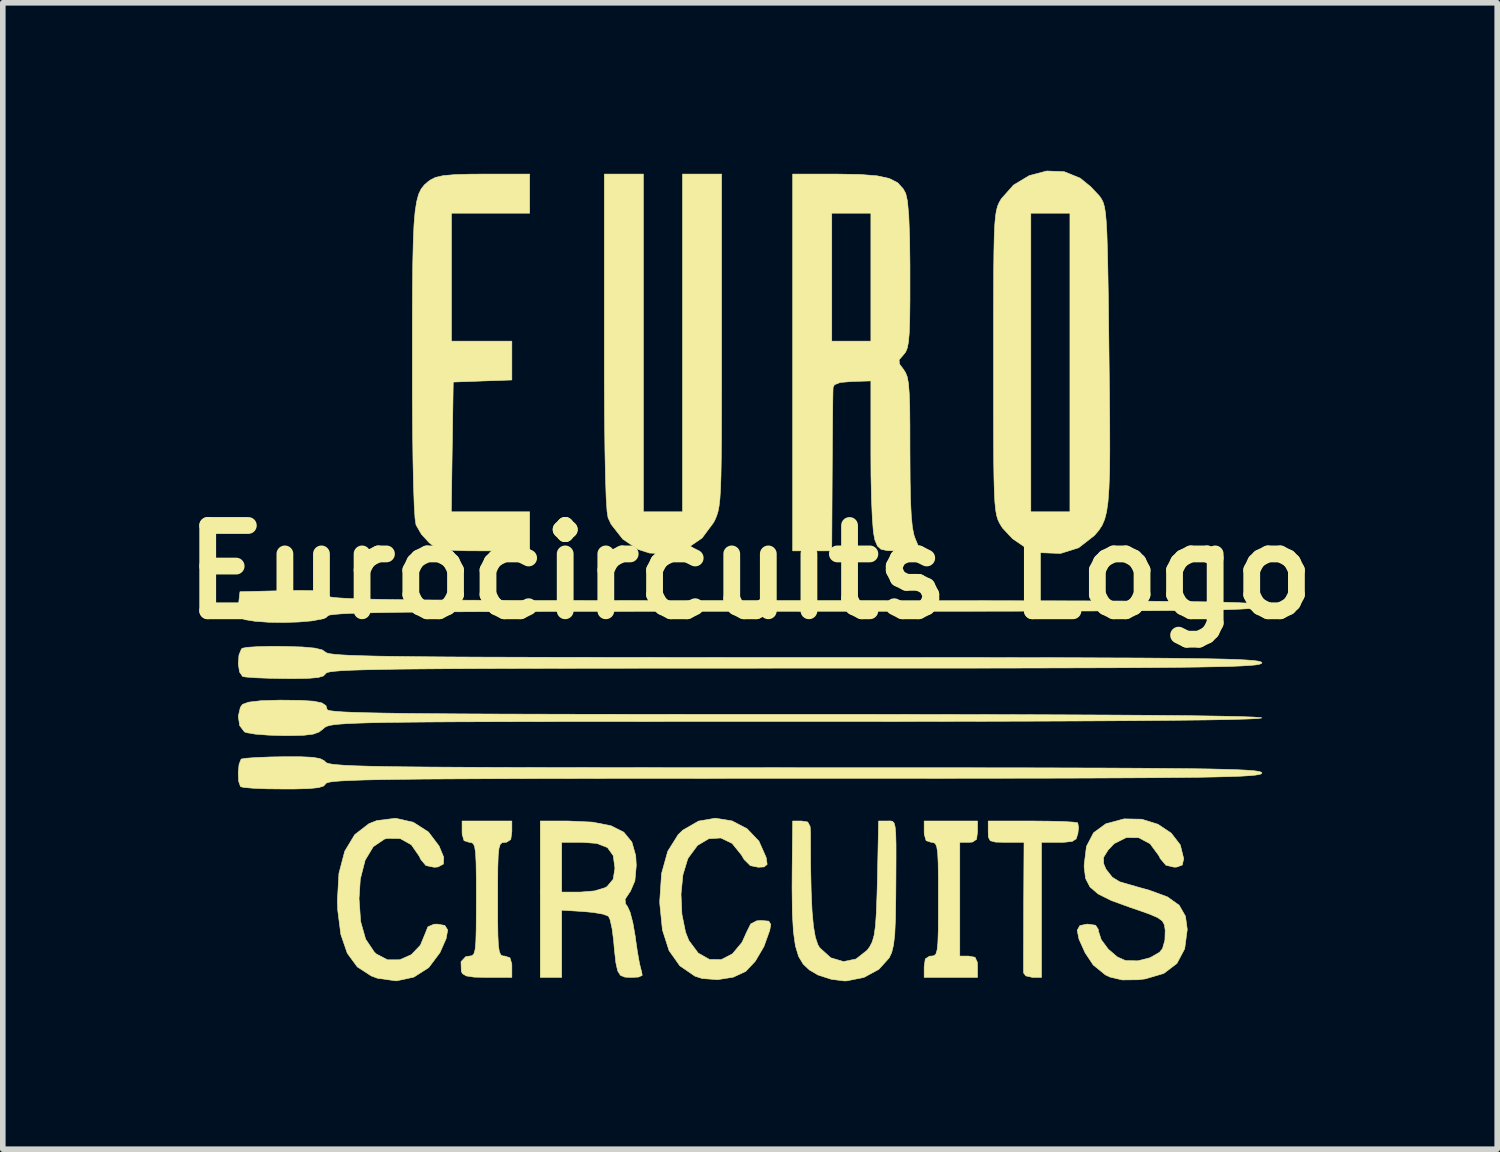
<source format=kicad_pcb>
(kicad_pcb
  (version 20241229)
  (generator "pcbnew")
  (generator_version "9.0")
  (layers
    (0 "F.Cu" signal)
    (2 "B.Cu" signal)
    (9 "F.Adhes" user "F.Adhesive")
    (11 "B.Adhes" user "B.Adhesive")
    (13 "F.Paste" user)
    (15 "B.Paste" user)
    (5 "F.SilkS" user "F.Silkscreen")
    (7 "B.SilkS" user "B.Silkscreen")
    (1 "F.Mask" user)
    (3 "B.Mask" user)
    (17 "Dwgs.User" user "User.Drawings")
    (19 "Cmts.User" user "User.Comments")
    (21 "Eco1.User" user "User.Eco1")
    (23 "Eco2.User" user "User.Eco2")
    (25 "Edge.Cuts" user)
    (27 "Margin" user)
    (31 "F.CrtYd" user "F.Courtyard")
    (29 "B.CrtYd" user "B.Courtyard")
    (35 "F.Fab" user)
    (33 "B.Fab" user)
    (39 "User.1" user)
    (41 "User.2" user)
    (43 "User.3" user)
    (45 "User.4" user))
  (footprint "Eurocircuits Logo"
    (layer "F.Cu")
    (at 10.349 7.172)
    (property "Reference" "Eurocircuits Logo" (at 0 0 0) (layer "F.SilkS") (effects (font (size 1.524 1.524) (thickness 0.3))))
    (attr through_hole)
    (fp_poly (pts (xy 5.34 4.448) (xy 5.594 4.454) (xy 5.773 4.465) (xy 5.853 4.477) (xy 5.854 4.478) (xy 5.869 4.559) (xy 5.857 4.669) (xy 5.826 4.764) (xy 5.755 4.81) (xy 5.608 4.825) (xy 5.517 4.826) (xy 5.207 4.826) (xy 5.207 7.239) (xy 5.048 7.239) (xy 4.928 7.212) (xy 4.887 7.16) (xy 4.886 7.073) (xy 4.886 6.881) (xy 4.887 6.607) (xy 4.888 6.272) (xy 4.889 5.953) (xy 4.895 4.826) (xy 4.575 4.826) (xy 4.386 4.822) (xy 4.291 4.797) (xy 4.258 4.731) (xy 4.255 4.636) (xy 4.255 4.445) (xy 5.038 4.445) (xy 5.34 4.448)) (stroke (width 0.01) (type solid)) (fill yes) (layer "F.SilkS"))
    (fp_poly (pts (xy -1.905 -1.079) (xy -1.206 -1.079) (xy -1.206 -7.112) (xy -0.508 -7.112) (xy -0.508 -4.141) (xy -0.508 -3.45) (xy -0.509 -2.874) (xy -0.51 -2.402) (xy -0.514 -2.022) (xy -0.519 -1.721) (xy -0.527 -1.489) (xy -0.538 -1.313) (xy -0.553 -1.182) (xy -0.572 -1.084) (xy -0.596 -1.007) (xy -0.624 -0.94) (xy -0.651 -0.887) (xy -0.857 -0.61) (xy -1.135 -0.42) (xy -1.458 -0.327) (xy -1.797 -0.342) (xy -2 -0.407) (xy -2.273 -0.591) (xy -2.48 -0.854) (xy -2.536 -0.973) (xy -2.554 -1.088) (xy -2.57 -1.328) (xy -2.582 -1.692) (xy -2.592 -2.177) (xy -2.599 -2.781) (xy -2.603 -3.504) (xy -2.603 -4.132) (xy -2.603 -7.112) (xy -1.905 -7.112) (xy -1.905 -1.079)) (stroke (width 0.01) (type solid)) (fill yes) (layer "F.SilkS"))
    (fp_poly (pts (xy 4.064 4.636) (xy 4.047 4.772) (xy 3.974 4.821) (xy 3.905 4.826) (xy 3.747 4.826) (xy 3.747 6.858) (xy 3.905 6.858) (xy 4.019 6.879) (xy 4.06 6.966) (xy 4.064 7.048) (xy 4.064 7.239) (xy 3.111 7.239) (xy 3.111 7.048) (xy 3.131 6.909) (xy 3.206 6.86) (xy 3.239 6.858) (xy 3.286 6.852) (xy 3.32 6.822) (xy 3.342 6.75) (xy 3.356 6.617) (xy 3.363 6.405) (xy 3.365 6.096) (xy 3.365 5.842) (xy 3.365 5.462) (xy 3.361 5.191) (xy 3.352 5.01) (xy 3.335 4.902) (xy 3.309 4.847) (xy 3.27 4.828) (xy 3.239 4.826) (xy 3.146 4.796) (xy 3.113 4.685) (xy 3.111 4.636) (xy 3.111 4.445) (xy 4.064 4.445) (xy 4.064 4.636)) (stroke (width 0.01) (type solid)) (fill yes) (layer "F.SilkS"))
    (fp_poly (pts (xy -3.937 -7.112) (xy -3.937 -6.413) (xy -5.334 -6.413) (xy -5.334 -4.128) (xy -4.255 -4.128) (xy -4.255 -3.434) (xy -4.778 -3.416) (xy -5.302 -3.397) (xy -5.32 -2.238) (xy -5.337 -1.079) (xy -3.937 -1.079) (xy -3.937 -0.381) (xy -4.747 -0.381) (xy -5.086 -0.383) (xy -5.323 -0.391) (xy -5.484 -0.408) (xy -5.594 -0.438) (xy -5.679 -0.485) (xy -5.729 -0.524) (xy -5.87 -0.677) (xy -5.967 -0.845) (xy -5.967 -0.846) (xy -5.984 -0.958) (xy -5.999 -1.191) (xy -6.011 -1.538) (xy -6.021 -1.993) (xy -6.028 -2.55) (xy -6.032 -3.202) (xy -6.032 -3.753) (xy -6.032 -4.452) (xy -6.03 -5.036) (xy -6.025 -5.516) (xy -6.016 -5.903) (xy -6.003 -6.208) (xy -5.983 -6.444) (xy -5.955 -6.622) (xy -5.92 -6.753) (xy -5.874 -6.848) (xy -5.818 -6.919) (xy -5.75 -6.978) (xy -5.708 -7.008) (xy -5.617 -7.054) (xy -5.482 -7.084) (xy -5.28 -7.102) (xy -4.989 -7.111) (xy -4.748 -7.112) (xy -3.937 -7.112)) (stroke (width 0.01) (type solid)) (fill yes) (layer "F.SilkS"))
    (fp_poly (pts (xy -4.255 4.636) (xy -4.274 4.775) (xy -4.349 4.824) (xy -4.381 4.826) (xy -4.429 4.832) (xy -4.463 4.862) (xy -4.485 4.934) (xy -4.499 5.067) (xy -4.506 5.279) (xy -4.508 5.588) (xy -4.508 5.842) (xy -4.508 6.222) (xy -4.504 6.493) (xy -4.495 6.674) (xy -4.478 6.782) (xy -4.452 6.837) (xy -4.413 6.856) (xy -4.381 6.858) (xy -4.289 6.888) (xy -4.256 6.999) (xy -4.255 7.048) (xy -4.255 7.239) (xy -4.692 7.239) (xy -4.93 7.234) (xy -5.069 7.213) (xy -5.138 7.171) (xy -5.158 7.128) (xy -5.163 6.958) (xy -5.08 6.869) (xy -5.011 6.858) (xy -4.966 6.851) (xy -4.933 6.818) (xy -4.911 6.74) (xy -4.898 6.599) (xy -4.892 6.378) (xy -4.89 6.057) (xy -4.889 5.842) (xy -4.89 5.462) (xy -4.894 5.191) (xy -4.903 5.01) (xy -4.92 4.902) (xy -4.946 4.847) (xy -4.985 4.828) (xy -5.016 4.826) (xy -5.109 4.796) (xy -5.142 4.685) (xy -5.144 4.636) (xy -5.144 4.445) (xy -4.255 4.445) (xy -4.255 4.636)) (stroke (width 0.01) (type solid)) (fill yes) (layer "F.SilkS"))
    (fp_poly (pts (xy -6.015 4.468) (xy -5.745 4.641) (xy -5.555 4.892) (xy -5.472 5.093) (xy -5.478 5.214) (xy -5.576 5.266) (xy -5.644 5.271) (xy -5.79 5.241) (xy -5.883 5.13) (xy -5.907 5.077) (xy -6.05 4.87) (xy -6.251 4.758) (xy -6.483 4.755) (xy -6.532 4.769) (xy -6.731 4.904) (xy -6.876 5.145) (xy -6.962 5.482) (xy -6.985 5.832) (xy -6.956 6.243) (xy -6.867 6.556) (xy -6.713 6.785) (xy -6.675 6.821) (xy -6.476 6.925) (xy -6.258 6.924) (xy -6.051 6.833) (xy -5.889 6.664) (xy -5.808 6.469) (xy -5.755 6.335) (xy -5.646 6.289) (xy -5.583 6.287) (xy -5.452 6.311) (xy -5.401 6.392) (xy -5.429 6.546) (xy -5.535 6.787) (xy -5.54 6.797) (xy -5.74 7.064) (xy -6.007 7.234) (xy -6.319 7.301) (xy -6.653 7.255) (xy -6.768 7.212) (xy -7.016 7.051) (xy -7.195 6.807) (xy -7.31 6.472) (xy -7.366 6.034) (xy -7.372 5.872) (xy -7.344 5.38) (xy -7.24 4.984) (xy -7.061 4.688) (xy -6.808 4.493) (xy -6.669 4.438) (xy -6.332 4.396) (xy -6.015 4.468)) (stroke (width 0.01) (type solid)) (fill yes) (layer "F.SilkS"))
    (fp_poly (pts (xy -0.322 4.443) (xy -0.053 4.583) (xy 0.159 4.805) (xy 0.288 5.096) (xy 0.306 5.22) (xy 0.251 5.265) (xy 0.148 5.271) (xy 0.005 5.242) (xy -0.104 5.134) (xy -0.153 5.052) (xy -0.32 4.845) (xy -0.522 4.748) (xy -0.736 4.761) (xy -0.938 4.88) (xy -1.104 5.105) (xy -1.114 5.125) (xy -1.199 5.406) (xy -1.233 5.751) (xy -1.217 6.11) (xy -1.152 6.432) (xy -1.093 6.58) (xy -0.925 6.805) (xy -0.725 6.918) (xy -0.514 6.921) (xy -0.313 6.817) (xy -0.142 6.611) (xy -0.059 6.427) (xy 0.013 6.283) (xy 0.12 6.228) (xy 0.204 6.223) (xy 0.335 6.234) (xy 0.371 6.293) (xy 0.352 6.398) (xy 0.248 6.688) (xy 0.094 6.95) (xy -0.076 7.131) (xy -0.3 7.235) (xy -0.579 7.279) (xy -0.854 7.259) (xy -0.984 7.217) (xy -1.254 7.032) (xy -1.447 6.759) (xy -1.565 6.391) (xy -1.612 5.922) (xy -1.613 5.874) (xy -1.58 5.382) (xy -1.47 4.986) (xy -1.284 4.689) (xy -1.2 4.608) (xy -0.921 4.447) (xy -0.62 4.395) (xy -0.322 4.443)) (stroke (width 0.01) (type solid)) (fill yes) (layer "F.SilkS"))
    (fp_poly (pts (xy 2.544 4.45) (xy 2.573 4.48) (xy 2.592 4.549) (xy 2.603 4.673) (xy 2.608 4.868) (xy 2.608 5.148) (xy 2.606 5.532) (xy 2.604 5.81) (xy 2.598 6.188) (xy 2.586 6.463) (xy 2.564 6.657) (xy 2.531 6.793) (xy 2.487 6.889) (xy 2.301 7.095) (xy 2.035 7.239) (xy 1.727 7.301) (xy 1.683 7.302) (xy 1.45 7.272) (xy 1.223 7.199) (xy 1.206 7.191) (xy 1.062 7.107) (xy 0.951 7.003) (xy 0.868 6.865) (xy 0.811 6.676) (xy 0.775 6.42) (xy 0.756 6.08) (xy 0.751 5.641) (xy 0.753 5.286) (xy 0.762 4.445) (xy 0.921 4.445) (xy 1.031 4.463) (xy 1.074 4.544) (xy 1.08 4.651) (xy 1.082 5.228) (xy 1.092 5.691) (xy 1.108 6.052) (xy 1.133 6.325) (xy 1.167 6.521) (xy 1.211 6.653) (xy 1.244 6.709) (xy 1.443 6.889) (xy 1.669 6.956) (xy 1.894 6.91) (xy 2.093 6.753) (xy 2.14 6.689) (xy 2.184 6.603) (xy 2.217 6.486) (xy 2.241 6.318) (xy 2.257 6.077) (xy 2.269 5.744) (xy 2.276 5.48) (xy 2.297 4.445) (xy 2.45 4.445) (xy 2.504 4.444) (xy 2.544 4.45)) (stroke (width 0.01) (type solid)) (fill yes) (layer "F.SilkS"))
    (fp_poly (pts (xy -3.254 4.445) (xy -2.815 4.465) (xy -2.486 4.529) (xy -2.255 4.645) (xy -2.111 4.821) (xy -2.042 5.063) (xy -2.032 5.24) (xy -2.057 5.514) (xy -2.137 5.701) (xy -2.154 5.724) (xy -2.232 5.842) (xy -2.224 5.926) (xy -2.191 5.969) (xy -2.142 6.076) (xy -2.092 6.27) (xy -2.05 6.511) (xy -2.047 6.54) (xy -2.011 6.787) (xy -1.974 6.994) (xy -1.942 7.121) (xy -1.939 7.128) (xy -1.926 7.202) (xy -1.992 7.233) (xy -2.119 7.239) (xy -2.236 7.234) (xy -2.314 7.203) (xy -2.364 7.124) (xy -2.397 6.975) (xy -2.424 6.732) (xy -2.437 6.579) (xy -2.464 6.368) (xy -2.5 6.207) (xy -2.529 6.146) (xy -2.62 6.11) (xy -2.796 6.079) (xy -2.977 6.062) (xy -3.365 6.038) (xy -3.365 7.239) (xy -3.747 7.239) (xy -3.747 4.826) (xy -3.365 4.826) (xy -3.365 5.715) (xy -3.03 5.715) (xy -2.779 5.694) (xy -2.588 5.636) (xy -2.554 5.616) (xy -2.445 5.486) (xy -2.413 5.288) (xy -2.444 5.063) (xy -2.547 4.919) (xy -2.739 4.845) (xy -2.994 4.826) (xy -3.365 4.826) (xy -3.747 4.826) (xy -3.747 4.445) (xy -3.254 4.445)) (stroke (width 0.01) (type solid)) (fill yes) (layer "F.SilkS"))
    (fp_poly (pts (xy 1.969 -7.105) (xy 2.272 -7.081) (xy 2.487 -7.034) (xy 2.636 -6.959) (xy 2.736 -6.849) (xy 2.782 -6.765) (xy 2.813 -6.626) (xy 2.836 -6.366) (xy 2.851 -5.982) (xy 2.857 -5.474) (xy 2.857 -5.299) (xy 2.857 -4.857) (xy 2.853 -4.524) (xy 2.845 -4.283) (xy 2.831 -4.116) (xy 2.81 -4.006) (xy 2.781 -3.935) (xy 2.742 -3.885) (xy 2.741 -3.884) (xy 2.663 -3.794) (xy 2.669 -3.72) (xy 2.741 -3.623) (xy 2.78 -3.563) (xy 2.81 -3.484) (xy 2.831 -3.367) (xy 2.844 -3.195) (xy 2.853 -2.949) (xy 2.856 -2.613) (xy 2.857 -2.168) (xy 2.857 -2.15) (xy 2.86 -1.662) (xy 2.867 -1.284) (xy 2.881 -1.002) (xy 2.901 -0.799) (xy 2.93 -0.658) (xy 2.95 -0.601) (xy 3.042 -0.381) (xy 2.67 -0.381) (xy 2.46 -0.385) (xy 2.342 -0.408) (xy 2.277 -0.466) (xy 2.231 -0.575) (xy 2.229 -0.581) (xy 2.204 -0.717) (xy 2.185 -0.964) (xy 2.17 -1.306) (xy 2.161 -1.726) (xy 2.159 -2.099) (xy 2.159 -3.417) (xy 1.826 -3.407) (xy 1.614 -3.39) (xy 1.508 -3.349) (xy 1.484 -3.302) (xy 1.481 -3.213) (xy 1.478 -3.016) (xy 1.475 -2.732) (xy 1.472 -2.38) (xy 1.469 -1.98) (xy 1.468 -1.794) (xy 1.46 -0.381) (xy 0.762 -0.381) (xy 0.762 -6.413) (xy 1.46 -6.413) (xy 1.46 -4.128) (xy 2.159 -4.128) (xy 2.159 -6.413) (xy 1.46 -6.413) (xy 0.762 -6.413) (xy 0.762 -7.112) (xy 1.559 -7.112) (xy 1.969 -7.105)) (stroke (width 0.01) (type solid)) (fill yes) (layer "F.SilkS"))
    (fp_poly (pts (xy 5.613 -7.155) (xy 5.896 -7.04) (xy 5.906 -7.033) (xy 6.084 -6.888) (xy 6.238 -6.725) (xy 6.249 -6.711) (xy 6.282 -6.662) (xy 6.309 -6.606) (xy 6.331 -6.53) (xy 6.349 -6.422) (xy 6.363 -6.269) (xy 6.375 -6.059) (xy 6.384 -5.781) (xy 6.392 -5.422) (xy 6.4 -4.969) (xy 6.407 -4.412) (xy 6.413 -3.887) (xy 6.421 -3.202) (xy 6.426 -2.632) (xy 6.427 -2.165) (xy 6.423 -1.788) (xy 6.412 -1.49) (xy 6.395 -1.258) (xy 6.37 -1.081) (xy 6.336 -0.947) (xy 6.292 -0.842) (xy 6.237 -0.756) (xy 6.17 -0.676) (xy 6.149 -0.653) (xy 5.871 -0.437) (xy 5.548 -0.335) (xy 5.201 -0.348) (xy 4.907 -0.45) (xy 4.69 -0.598) (xy 4.513 -0.787) (xy 4.494 -0.815) (xy 4.459 -0.874) (xy 4.43 -0.934) (xy 4.407 -1.007) (xy 4.389 -1.106) (xy 4.375 -1.243) (xy 4.365 -1.43) (xy 4.358 -1.68) (xy 4.353 -2.005) (xy 4.351 -2.416) (xy 4.35 -2.927) (xy 4.35 -3.548) (xy 4.35 -3.747) (xy 4.35 -4.402) (xy 4.351 -4.944) (xy 4.353 -5.382) (xy 4.357 -5.73) (xy 4.363 -6) (xy 4.372 -6.204) (xy 4.385 -6.354) (xy 4.394 -6.413) (xy 5.016 -6.413) (xy 5.016 -1.079) (xy 5.715 -1.079) (xy 5.715 -6.413) (xy 5.016 -6.413) (xy 4.394 -6.413) (xy 4.402 -6.462) (xy 4.423 -6.541) (xy 4.45 -6.603) (xy 4.483 -6.66) (xy 4.489 -6.67) (xy 4.708 -6.917) (xy 4.988 -7.085) (xy 5.3 -7.167) (xy 5.613 -7.155)) (stroke (width 0.01) (type solid)) (fill yes) (layer "F.SilkS"))
    (fp_poly (pts (xy 6.998 4.413) (xy 7.287 4.503) (xy 7.524 4.661) (xy 7.686 4.871) (xy 7.747 5.116) (xy 7.747 5.121) (xy 7.722 5.231) (xy 7.622 5.268) (xy 7.572 5.269) (xy 7.43 5.235) (xy 7.329 5.116) (xy 7.303 5.063) (xy 7.147 4.851) (xy 6.943 4.743) (xy 6.72 4.741) (xy 6.505 4.849) (xy 6.395 4.966) (xy 6.315 5.096) (xy 6.317 5.208) (xy 6.359 5.306) (xy 6.472 5.45) (xy 6.604 5.531) (xy 6.752 5.574) (xy 6.968 5.636) (xy 7.134 5.682) (xy 7.456 5.8) (xy 7.666 5.949) (xy 7.779 6.146) (xy 7.811 6.382) (xy 7.765 6.728) (xy 7.626 6.99) (xy 7.392 7.168) (xy 7.059 7.266) (xy 6.929 7.281) (xy 6.649 7.284) (xy 6.432 7.233) (xy 6.35 7.195) (xy 6.132 7.018) (xy 5.985 6.797) (xy 5.876 6.554) (xy 5.845 6.397) (xy 5.893 6.313) (xy 6.021 6.287) (xy 6.032 6.287) (xy 6.173 6.307) (xy 6.222 6.382) (xy 6.223 6.409) (xy 6.274 6.565) (xy 6.4 6.735) (xy 6.563 6.874) (xy 6.706 6.938) (xy 6.926 6.943) (xy 7.145 6.888) (xy 7.315 6.791) (xy 7.369 6.725) (xy 7.412 6.571) (xy 7.417 6.395) (xy 7.403 6.3) (xy 7.365 6.23) (xy 7.281 6.17) (xy 7.128 6.105) (xy 6.883 6.019) (xy 6.796 5.99) (xy 6.455 5.866) (xy 6.22 5.749) (xy 6.073 5.623) (xy 5.995 5.472) (xy 5.97 5.278) (xy 5.969 5.235) (xy 6.01 4.899) (xy 6.138 4.654) (xy 6.359 4.493) (xy 6.679 4.408) (xy 6.683 4.407) (xy 6.998 4.413)) (stroke (width 0.01) (type solid)) (fill yes) (layer "F.SilkS"))
    (fp_poly (pts (xy -8.03 2.29) (xy -7.795 2.305) (xy -7.65 2.335) (xy -7.576 2.384) (xy -7.556 2.452) (xy -7.542 2.464) (xy -7.494 2.476) (xy -7.407 2.486) (xy -7.274 2.496) (xy -7.09 2.504) (xy -6.849 2.511) (xy -6.545 2.517) (xy -6.171 2.523) (xy -5.722 2.527) (xy -5.191 2.531) (xy -4.574 2.534) (xy -3.862 2.536) (xy -3.052 2.538) (xy -2.136 2.539) (xy -1.109 2.54) (xy 0.035 2.54) (xy 0.794 2.54) (xy 2.167 2.54) (xy 3.419 2.542) (xy 4.549 2.544) (xy 5.556 2.548) (xy 6.439 2.552) (xy 7.199 2.557) (xy 7.835 2.563) (xy 8.345 2.571) (xy 8.731 2.579) (xy 8.991 2.588) (xy 9.124 2.598) (xy 9.144 2.603) (xy 9.081 2.614) (xy 8.891 2.623) (xy 8.575 2.632) (xy 8.133 2.64) (xy 7.567 2.646) (xy 6.876 2.652) (xy 6.061 2.657) (xy 5.122 2.661) (xy 4.061 2.664) (xy 2.877 2.666) (xy 1.571 2.667) (xy 0.826 2.667) (xy -0.371 2.667) (xy -1.447 2.667) (xy -2.409 2.668) (xy -3.264 2.668) (xy -4.018 2.669) (xy -4.677 2.671) (xy -5.248 2.673) (xy -5.738 2.676) (xy -6.152 2.68) (xy -6.499 2.684) (xy -6.783 2.69) (xy -7.012 2.697) (xy -7.192 2.705) (xy -7.329 2.714) (xy -7.431 2.724) (xy -7.503 2.736) (xy -7.552 2.75) (xy -7.585 2.765) (xy -7.608 2.782) (xy -7.62 2.794) (xy -7.699 2.855) (xy -7.804 2.893) (xy -7.967 2.913) (xy -8.216 2.919) (xy -8.334 2.919) (xy -8.606 2.911) (xy -8.839 2.893) (xy -8.996 2.866) (xy -9.033 2.852) (xy -9.117 2.74) (xy -9.142 2.574) (xy -9.105 2.415) (xy -9.068 2.362) (xy -8.959 2.322) (xy -8.735 2.296) (xy -8.407 2.286) (xy -8.374 2.286) (xy -8.03 2.29)) (stroke (width 0.01) (type solid)) (fill yes) (layer "F.SilkS"))
    (fp_poly (pts (xy -7.816 0.33) (xy -7.68 0.345) (xy -7.607 0.375) (xy -7.58 0.411) (xy -7.565 0.425) (xy -7.526 0.437) (xy -7.458 0.449) (xy -7.354 0.459) (xy -7.207 0.468) (xy -7.013 0.476) (xy -6.763 0.482) (xy -6.453 0.488) (xy -6.075 0.493) (xy -5.624 0.497) (xy -5.093 0.5) (xy -4.477 0.503) (xy -3.768 0.505) (xy -2.96 0.506) (xy -2.048 0.507) (xy -1.025 0.508) (xy 0.116 0.508) (xy 0.801 0.508) (xy 2.01 0.508) (xy 3.098 0.509) (xy 4.072 0.509) (xy 4.938 0.511) (xy 5.701 0.512) (xy 6.368 0.514) (xy 6.946 0.517) (xy 7.439 0.521) (xy 7.856 0.525) (xy 8.201 0.531) (xy 8.481 0.537) (xy 8.702 0.544) (xy 8.871 0.552) (xy 8.993 0.562) (xy 9.075 0.572) (xy 9.122 0.584) (xy 9.142 0.598) (xy 9.144 0.603) (xy 9.133 0.617) (xy 9.097 0.629) (xy 9.03 0.641) (xy 8.924 0.65) (xy 8.775 0.659) (xy 8.575 0.667) (xy 8.319 0.673) (xy 8 0.679) (xy 7.613 0.684) (xy 7.15 0.688) (xy 6.607 0.691) (xy 5.976 0.693) (xy 5.251 0.695) (xy 4.427 0.697) (xy 3.496 0.698) (xy 2.454 0.698) (xy 1.293 0.698) (xy 0.801 0.699) (xy -0.41 0.699) (xy -1.499 0.699) (xy -2.474 0.7) (xy -3.34 0.701) (xy -4.105 0.703) (xy -4.773 0.705) (xy -5.352 0.708) (xy -5.847 0.712) (xy -6.265 0.716) (xy -6.612 0.722) (xy -6.895 0.728) (xy -7.119 0.735) (xy -7.29 0.743) (xy -7.415 0.753) (xy -7.501 0.764) (xy -7.552 0.775) (xy -7.576 0.789) (xy -7.579 0.794) (xy -7.657 0.838) (xy -7.829 0.87) (xy -8.066 0.89) (xy -8.335 0.898) (xy -8.606 0.894) (xy -8.847 0.876) (xy -9.028 0.847) (xy -9.116 0.804) (xy -9.119 0.799) (xy -9.138 0.671) (xy -9.133 0.529) (xy -9.112 0.349) (xy -8.365 0.331) (xy -8.038 0.326) (xy -7.816 0.33)) (stroke (width 0.01) (type solid)) (fill yes) (layer "F.SilkS"))
    (fp_poly (pts (xy -8.325 1.326) (xy -7.997 1.336) (xy -7.776 1.356) (xy -7.643 1.388) (xy -7.581 1.431) (xy -7.559 1.444) (xy -7.51 1.456) (xy -7.427 1.467) (xy -7.304 1.477) (xy -7.136 1.486) (xy -6.916 1.493) (xy -6.638 1.5) (xy -6.295 1.505) (xy -5.882 1.51) (xy -5.391 1.514) (xy -4.818 1.517) (xy -4.156 1.519) (xy -3.398 1.521) (xy -2.538 1.522) (xy -1.571 1.523) (xy -0.49 1.524) (xy 0.712 1.524) (xy 0.817 1.524) (xy 2.025 1.524) (xy 3.112 1.525) (xy 4.085 1.525) (xy 4.949 1.527) (xy 5.711 1.528) (xy 6.377 1.531) (xy 6.953 1.533) (xy 7.446 1.537) (xy 7.861 1.542) (xy 8.206 1.547) (xy 8.485 1.553) (xy 8.705 1.56) (xy 8.873 1.569) (xy 8.994 1.578) (xy 9.076 1.589) (xy 9.123 1.601) (xy 9.143 1.614) (xy 9.144 1.619) (xy 9.133 1.633) (xy 9.097 1.645) (xy 9.03 1.657) (xy 8.924 1.666) (xy 8.775 1.675) (xy 8.575 1.683) (xy 8.319 1.689) (xy 8 1.695) (xy 7.613 1.7) (xy 7.15 1.704) (xy 6.607 1.707) (xy 5.976 1.709) (xy 5.251 1.711) (xy 4.427 1.713) (xy 3.496 1.714) (xy 2.454 1.714) (xy 1.293 1.714) (xy 0.801 1.714) (xy -0.41 1.715) (xy -1.499 1.715) (xy -2.474 1.716) (xy -3.34 1.717) (xy -4.105 1.719) (xy -4.773 1.721) (xy -5.352 1.724) (xy -5.847 1.728) (xy -6.265 1.732) (xy -6.612 1.738) (xy -6.895 1.744) (xy -7.119 1.751) (xy -7.29 1.759) (xy -7.415 1.769) (xy -7.501 1.78) (xy -7.552 1.791) (xy -7.576 1.805) (xy -7.579 1.81) (xy -7.62 1.853) (xy -7.714 1.881) (xy -7.884 1.896) (xy -8.151 1.901) (xy -8.301 1.9) (xy -8.589 1.895) (xy -8.833 1.886) (xy -9.003 1.873) (xy -9.065 1.863) (xy -9.12 1.782) (xy -9.142 1.636) (xy -9.13 1.479) (xy -9.085 1.371) (xy -9.071 1.359) (xy -8.98 1.342) (xy -8.793 1.33) (xy -8.538 1.324) (xy -8.325 1.326)) (stroke (width 0.01) (type solid)) (fill yes) (layer "F.SilkS"))
    (fp_poly (pts (xy -8.028 3.297) (xy -7.814 3.307) (xy -7.682 3.33) (xy -7.606 3.368) (xy -7.585 3.391) (xy -7.566 3.406) (xy -7.527 3.419) (xy -7.461 3.431) (xy -7.363 3.441) (xy -7.227 3.451) (xy -7.044 3.459) (xy -6.811 3.466) (xy -6.519 3.472) (xy -6.163 3.477) (xy -5.736 3.481) (xy -5.232 3.484) (xy -4.644 3.487) (xy -3.967 3.489) (xy -3.194 3.49) (xy -2.318 3.491) (xy -1.334 3.492) (xy -0.234 3.492) (xy 0.817 3.493) (xy 2.025 3.493) (xy 3.112 3.493) (xy 4.085 3.494) (xy 4.949 3.495) (xy 5.711 3.497) (xy 6.377 3.499) (xy 6.953 3.502) (xy 7.446 3.506) (xy 7.861 3.51) (xy 8.206 3.515) (xy 8.485 3.522) (xy 8.705 3.529) (xy 8.873 3.537) (xy 8.994 3.546) (xy 9.076 3.557) (xy 9.123 3.569) (xy 9.143 3.582) (xy 9.144 3.588) (xy 9.133 3.602) (xy 9.097 3.614) (xy 9.03 3.625) (xy 8.924 3.635) (xy 8.775 3.644) (xy 8.575 3.651) (xy 8.319 3.658) (xy 8 3.664) (xy 7.613 3.668) (xy 7.15 3.672) (xy 6.607 3.675) (xy 5.976 3.678) (xy 5.251 3.68) (xy 4.427 3.681) (xy 3.496 3.682) (xy 2.454 3.683) (xy 1.293 3.683) (xy 0.801 3.683) (xy -0.41 3.683) (xy -1.499 3.684) (xy -2.474 3.684) (xy -3.34 3.686) (xy -4.105 3.687) (xy -4.773 3.69) (xy -5.352 3.693) (xy -5.847 3.696) (xy -6.265 3.701) (xy -6.612 3.706) (xy -6.895 3.712) (xy -7.119 3.72) (xy -7.29 3.728) (xy -7.415 3.737) (xy -7.501 3.748) (xy -7.552 3.76) (xy -7.576 3.773) (xy -7.579 3.778) (xy -7.619 3.821) (xy -7.713 3.849) (xy -7.882 3.866) (xy -8.146 3.873) (xy -8.338 3.873) (xy -8.629 3.87) (xy -8.871 3.86) (xy -9.038 3.846) (xy -9.102 3.831) (xy -9.135 3.737) (xy -9.143 3.584) (xy -9.128 3.432) (xy -9.092 3.341) (xy -9.088 3.338) (xy -9.005 3.324) (xy -8.823 3.311) (xy -8.572 3.301) (xy -8.345 3.297) (xy -8.028 3.297)) (stroke (width 0.01) (type solid)) (fill yes) (layer "F.SilkS")))
  (gr_rect
    (start -3 -3)
    (end 23.697 17.48)
    (stroke (width 0.1) (type default))
    (fill no)
    (layer "Edge.Cuts")))
</source>
